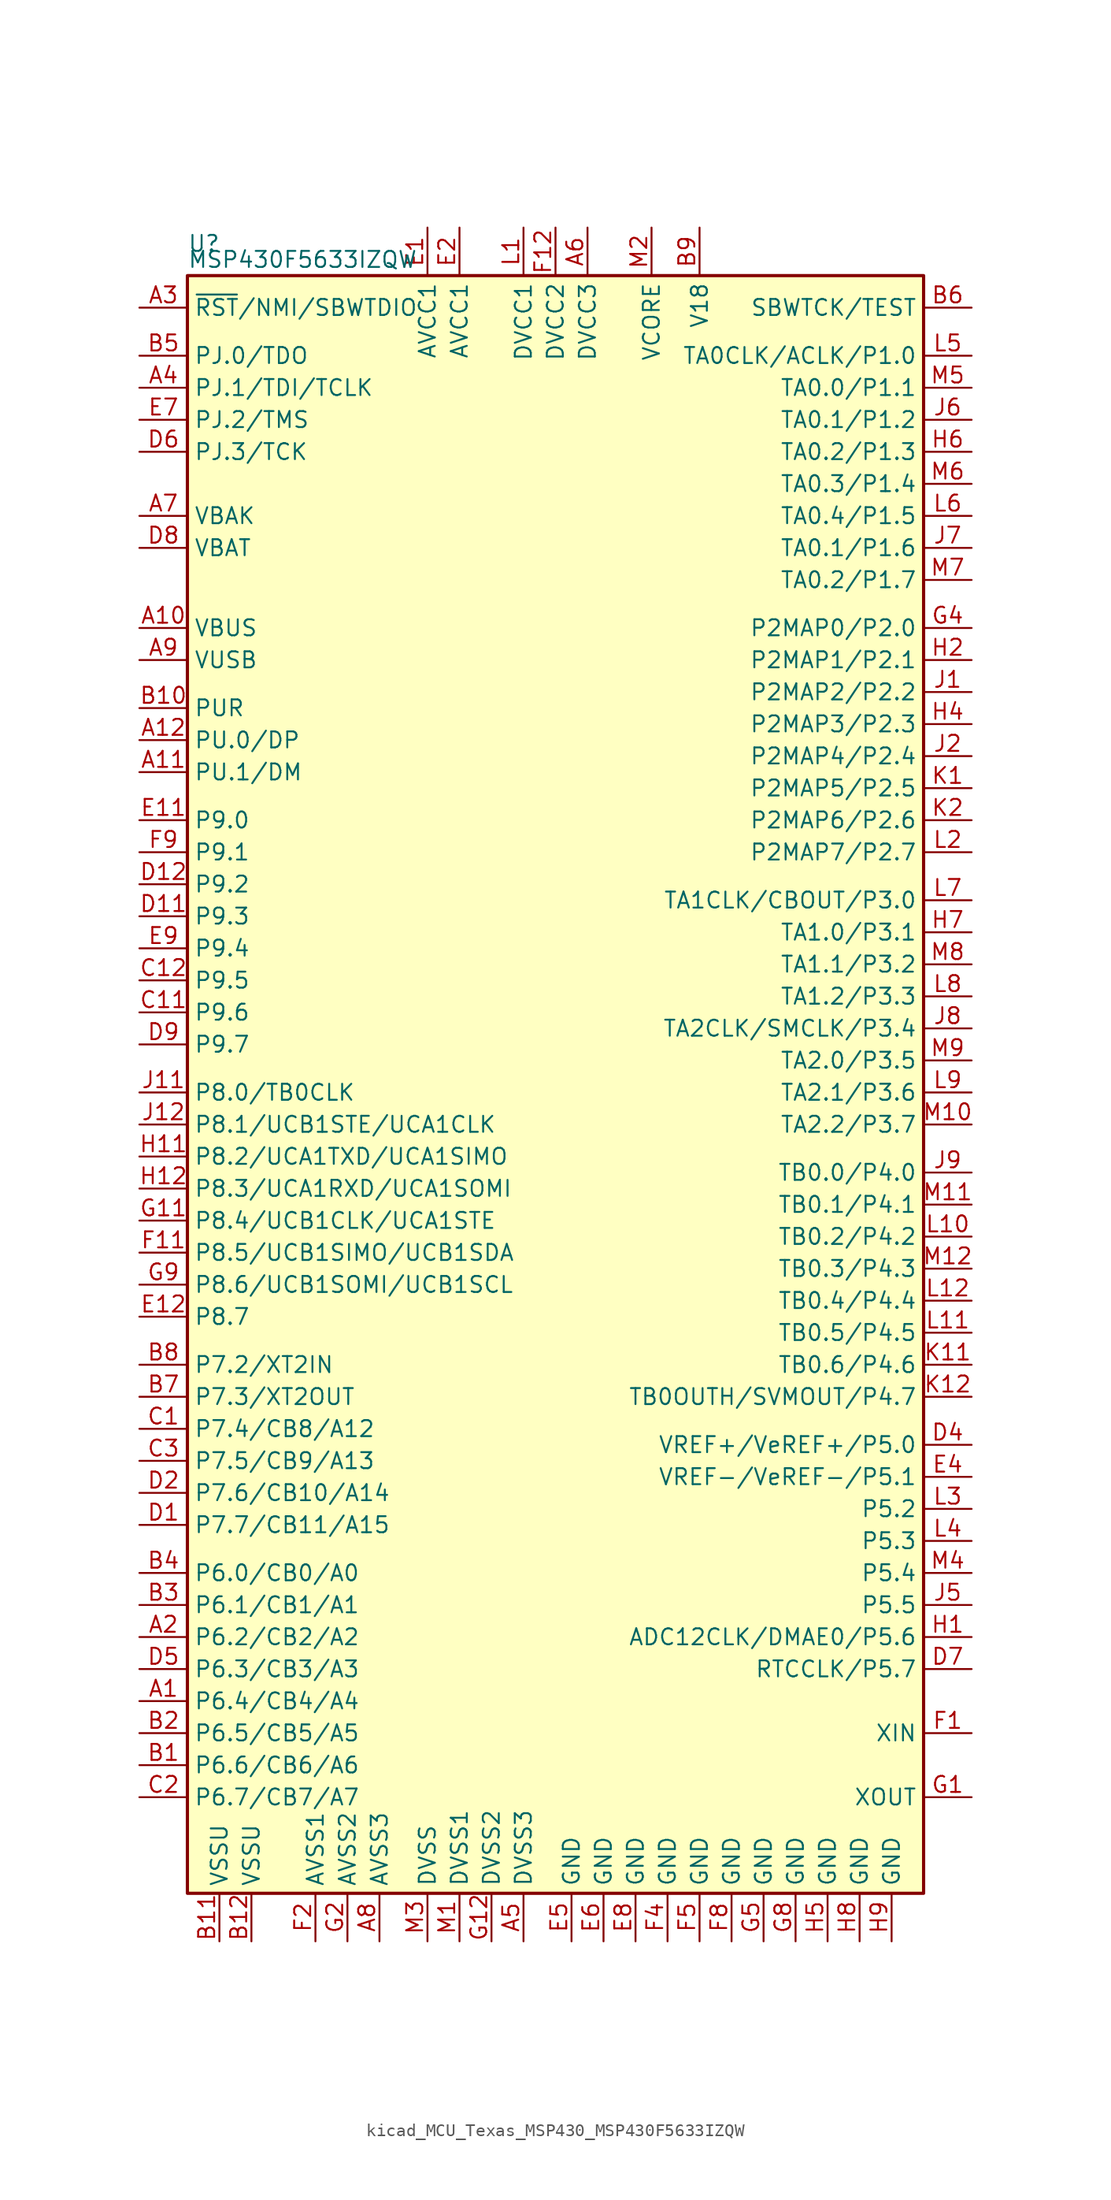
<source format=kicad_sym>
(kicad_symbol_lib
  (version 20220914)
  (generator kicad_symbol_editor)
  (symbol "kicad_MCU_Texas_MSP430_MSP430F5633IZQW"
    (property "Reference" "U"
      (at -29.21 66.04 0)
      (effects (font (size 1.27 1.27)) (justify left)))
    (property "Value" "MSP430F5633IZQW"
      (at -29.21 64.77 0)
      (effects (font (size 1.27 1.27)) (justify left)))
    (symbol "kicad_MCU_Texas_MSP430_MSP430F5633IZQW_0_1"
      (rectangle (start -29.21 63.5) (end 29.21 -64.77) (stroke (width 0.254) (type default)) (fill (type background))))
    (symbol "kicad_MCU_Texas_MSP430_MSP430F5633IZQW_1_1"
      (pin bidirectional line (at -33.02 -49.53 0) (length 3.81) (name "P6.4/CB4/A4" (effects (font (size 1.27 1.27)))) (number "A1" (effects (font (size 1.27 1.27)))))
      (pin bidirectional line (at -33.02 35.56 0) (length 3.81) (name "VBUS" (effects (font (size 1.27 1.27)))) (number "A10" (effects (font (size 1.27 1.27)))))
      (pin bidirectional line (at -33.02 24.13 0) (length 3.81) (name "PU.1/DM" (effects (font (size 1.27 1.27)))) (number "A11" (effects (font (size 1.27 1.27)))))
      (pin bidirectional line (at -33.02 26.67 0) (length 3.81) (name "PU.0/DP" (effects (font (size 1.27 1.27)))) (number "A12" (effects (font (size 1.27 1.27)))))
      (pin bidirectional line (at -33.02 -44.45 0) (length 3.81) (name "P6.2/CB2/A2" (effects (font (size 1.27 1.27)))) (number "A2" (effects (font (size 1.27 1.27)))))
      (pin input line (at -33.02 60.96 0) (length 3.81) (name "~{RST}/NMI/SBWTDIO" (effects (font (size 1.27 1.27)))) (number "A3" (effects (font (size 1.27 1.27)))))
      (pin bidirectional line (at -33.02 54.61 0) (length 3.81) (name "PJ.1/TDI/TCLK" (effects (font (size 1.27 1.27)))) (number "A4" (effects (font (size 1.27 1.27)))))
      (pin power_in line (at -2.54 -68.58 90) (length 3.81) (name "DVSS3" (effects (font (size 1.27 1.27)))) (number "A5" (effects (font (size 1.27 1.27)))))
      (pin power_in line (at 2.54 67.31 270) (length 3.81) (name "DVCC3" (effects (font (size 1.27 1.27)))) (number "A6" (effects (font (size 1.27 1.27)))))
      (pin bidirectional line (at -33.02 44.45 0) (length 3.81) (name "VBAK" (effects (font (size 1.27 1.27)))) (number "A7" (effects (font (size 1.27 1.27)))))
      (pin power_in line (at -13.97 -68.58 90) (length 3.81) (name "AVSS3" (effects (font (size 1.27 1.27)))) (number "A8" (effects (font (size 1.27 1.27)))))
      (pin bidirectional line (at -33.02 33.02 0) (length 3.81) (name "VUSB" (effects (font (size 1.27 1.27)))) (number "A9" (effects (font (size 1.27 1.27)))))
      (pin bidirectional line (at -33.02 -54.61 0) (length 3.81) (name "P6.6/CB6/A6" (effects (font (size 1.27 1.27)))) (number "B1" (effects (font (size 1.27 1.27)))))
      (pin bidirectional line (at -33.02 29.21 0) (length 3.81) (name "PUR" (effects (font (size 1.27 1.27)))) (number "B10" (effects (font (size 1.27 1.27)))))
      (pin power_in line (at -26.67 -68.58 90) (length 3.81) (name "VSSU" (effects (font (size 1.27 1.27)))) (number "B11" (effects (font (size 1.27 1.27)))))
      (pin power_in line (at -24.13 -68.58 90) (length 3.81) (name "VSSU" (effects (font (size 1.27 1.27)))) (number "B12" (effects (font (size 1.27 1.27)))))
      (pin bidirectional line (at -33.02 -52.07 0) (length 3.81) (name "P6.5/CB5/A5" (effects (font (size 1.27 1.27)))) (number "B2" (effects (font (size 1.27 1.27)))))
      (pin bidirectional line (at -33.02 -41.91 0) (length 3.81) (name "P6.1/CB1/A1" (effects (font (size 1.27 1.27)))) (number "B3" (effects (font (size 1.27 1.27)))))
      (pin bidirectional line (at -33.02 -39.37 0) (length 3.81) (name "P6.0/CB0/A0" (effects (font (size 1.27 1.27)))) (number "B4" (effects (font (size 1.27 1.27)))))
      (pin bidirectional line (at -33.02 57.15 0) (length 3.81) (name "PJ.0/TDO" (effects (font (size 1.27 1.27)))) (number "B5" (effects (font (size 1.27 1.27)))))
      (pin input line (at 33.02 60.96 180) (length 3.81) (name "SBWTCK/TEST" (effects (font (size 1.27 1.27)))) (number "B6" (effects (font (size 1.27 1.27)))))
      (pin bidirectional line (at -33.02 -25.4 0) (length 3.81) (name "P7.3/XT2OUT" (effects (font (size 1.27 1.27)))) (number "B7" (effects (font (size 1.27 1.27)))))
      (pin bidirectional line (at -33.02 -22.86 0) (length 3.81) (name "P7.2/XT2IN" (effects (font (size 1.27 1.27)))) (number "B8" (effects (font (size 1.27 1.27)))))
      (pin passive line (at 11.43 67.31 270) (length 3.81) (name "V18" (effects (font (size 1.27 1.27)))) (number "B9" (effects (font (size 1.27 1.27)))))
      (pin bidirectional line (at -33.02 -27.94 0) (length 3.81) (name "P7.4/CB8/A12" (effects (font (size 1.27 1.27)))) (number "C1" (effects (font (size 1.27 1.27)))))
      (pin bidirectional line (at -33.02 5.08 0) (length 3.81) (name "P9.6" (effects (font (size 1.27 1.27)))) (number "C11" (effects (font (size 1.27 1.27)))))
      (pin bidirectional line (at -33.02 7.62 0) (length 3.81) (name "P9.5" (effects (font (size 1.27 1.27)))) (number "C12" (effects (font (size 1.27 1.27)))))
      (pin bidirectional line (at -33.02 -57.15 0) (length 3.81) (name "P6.7/CB7/A7" (effects (font (size 1.27 1.27)))) (number "C2" (effects (font (size 1.27 1.27)))))
      (pin bidirectional line (at -33.02 -30.48 0) (length 3.81) (name "P7.5/CB9/A13" (effects (font (size 1.27 1.27)))) (number "C3" (effects (font (size 1.27 1.27)))))
      (pin bidirectional line (at -33.02 -35.56 0) (length 3.81) (name "P7.7/CB11/A15" (effects (font (size 1.27 1.27)))) (number "D1" (effects (font (size 1.27 1.27)))))
      (pin bidirectional line (at -33.02 12.7 0) (length 3.81) (name "P9.3" (effects (font (size 1.27 1.27)))) (number "D11" (effects (font (size 1.27 1.27)))))
      (pin bidirectional line (at -33.02 15.24 0) (length 3.81) (name "P9.2" (effects (font (size 1.27 1.27)))) (number "D12" (effects (font (size 1.27 1.27)))))
      (pin bidirectional line (at -33.02 -33.02 0) (length 3.81) (name "P7.6/CB10/A14" (effects (font (size 1.27 1.27)))) (number "D2" (effects (font (size 1.27 1.27)))))
      (pin bidirectional line (at 33.02 -29.21 180) (length 3.81) (name "VREF+/VeREF+/P5.0" (effects (font (size 1.27 1.27)))) (number "D4" (effects (font (size 1.27 1.27)))))
      (pin bidirectional line (at -33.02 -46.99 0) (length 3.81) (name "P6.3/CB3/A3" (effects (font (size 1.27 1.27)))) (number "D5" (effects (font (size 1.27 1.27)))))
      (pin bidirectional line (at -33.02 49.53 0) (length 3.81) (name "PJ.3/TCK" (effects (font (size 1.27 1.27)))) (number "D6" (effects (font (size 1.27 1.27)))))
      (pin bidirectional line (at 33.02 -46.99 180) (length 3.81) (name "RTCCLK/P5.7" (effects (font (size 1.27 1.27)))) (number "D7" (effects (font (size 1.27 1.27)))))
      (pin bidirectional line (at -33.02 41.91 0) (length 3.81) (name "VBAT" (effects (font (size 1.27 1.27)))) (number "D8" (effects (font (size 1.27 1.27)))))
      (pin bidirectional line (at -33.02 2.54 0) (length 3.81) (name "P9.7" (effects (font (size 1.27 1.27)))) (number "D9" (effects (font (size 1.27 1.27)))))
      (pin power_in line (at -10.16 67.31 270) (length 3.81) (name "AVCC1" (effects (font (size 1.27 1.27)))) (number "E1" (effects (font (size 1.27 1.27)))))
      (pin bidirectional line (at -33.02 20.32 0) (length 3.81) (name "P9.0" (effects (font (size 1.27 1.27)))) (number "E11" (effects (font (size 1.27 1.27)))))
      (pin bidirectional line (at -33.02 -19.05 0) (length 3.81) (name "P8.7" (effects (font (size 1.27 1.27)))) (number "E12" (effects (font (size 1.27 1.27)))))
      (pin power_in line (at -7.62 67.31 270) (length 3.81) (name "AVCC1" (effects (font (size 1.27 1.27)))) (number "E2" (effects (font (size 1.27 1.27)))))
      (pin bidirectional line (at 33.02 -31.75 180) (length 3.81) (name "VREF-/VeREF-/P5.1" (effects (font (size 1.27 1.27)))) (number "E4" (effects (font (size 1.27 1.27)))))
      (pin power_in line (at 1.27 -68.58 90) (length 3.81) (name "GND" (effects (font (size 1.27 1.27)))) (number "E5" (effects (font (size 1.27 1.27)))))
      (pin power_in line (at 3.81 -68.58 90) (length 3.81) (name "GND" (effects (font (size 1.27 1.27)))) (number "E6" (effects (font (size 1.27 1.27)))))
      (pin bidirectional line (at -33.02 52.07 0) (length 3.81) (name "PJ.2/TMS" (effects (font (size 1.27 1.27)))) (number "E7" (effects (font (size 1.27 1.27)))))
      (pin power_in line (at 6.35 -68.58 90) (length 3.81) (name "GND" (effects (font (size 1.27 1.27)))) (number "E8" (effects (font (size 1.27 1.27)))))
      (pin bidirectional line (at -33.02 10.16 0) (length 3.81) (name "P9.4" (effects (font (size 1.27 1.27)))) (number "E9" (effects (font (size 1.27 1.27)))))
      (pin bidirectional line (at 33.02 -52.07 180) (length 3.81) (name "XIN" (effects (font (size 1.27 1.27)))) (number "F1" (effects (font (size 1.27 1.27)))))
      (pin bidirectional line (at -33.02 -13.97 0) (length 3.81) (name "P8.5/UCB1SIMO/UCB1SDA" (effects (font (size 1.27 1.27)))) (number "F11" (effects (font (size 1.27 1.27)))))
      (pin power_in line (at 0 67.31 270) (length 3.81) (name "DVCC2" (effects (font (size 1.27 1.27)))) (number "F12" (effects (font (size 1.27 1.27)))))
      (pin power_in line (at -19.05 -68.58 90) (length 3.81) (name "AVSS1" (effects (font (size 1.27 1.27)))) (number "F2" (effects (font (size 1.27 1.27)))))
      (pin power_in line (at 8.89 -68.58 90) (length 3.81) (name "GND" (effects (font (size 1.27 1.27)))) (number "F4" (effects (font (size 1.27 1.27)))))
      (pin power_in line (at 11.43 -68.58 90) (length 3.81) (name "GND" (effects (font (size 1.27 1.27)))) (number "F5" (effects (font (size 1.27 1.27)))))
      (pin power_in line (at 13.97 -68.58 90) (length 3.81) (name "GND" (effects (font (size 1.27 1.27)))) (number "F8" (effects (font (size 1.27 1.27)))))
      (pin bidirectional line (at -33.02 17.78 0) (length 3.81) (name "P9.1" (effects (font (size 1.27 1.27)))) (number "F9" (effects (font (size 1.27 1.27)))))
      (pin bidirectional line (at 33.02 -57.15 180) (length 3.81) (name "XOUT" (effects (font (size 1.27 1.27)))) (number "G1" (effects (font (size 1.27 1.27)))))
      (pin bidirectional line (at -33.02 -11.43 0) (length 3.81) (name "P8.4/UCB1CLK/UCA1STE" (effects (font (size 1.27 1.27)))) (number "G11" (effects (font (size 1.27 1.27)))))
      (pin power_in line (at -5.08 -68.58 90) (length 3.81) (name "DVSS2" (effects (font (size 1.27 1.27)))) (number "G12" (effects (font (size 1.27 1.27)))))
      (pin power_in line (at -16.51 -68.58 90) (length 3.81) (name "AVSS2" (effects (font (size 1.27 1.27)))) (number "G2" (effects (font (size 1.27 1.27)))))
      (pin bidirectional line (at 33.02 35.56 180) (length 3.81) (name "P2MAP0/P2.0" (effects (font (size 1.27 1.27)))) (number "G4" (effects (font (size 1.27 1.27)))))
      (pin power_in line (at 16.51 -68.58 90) (length 3.81) (name "GND" (effects (font (size 1.27 1.27)))) (number "G5" (effects (font (size 1.27 1.27)))))
      (pin power_in line (at 19.05 -68.58 90) (length 3.81) (name "GND" (effects (font (size 1.27 1.27)))) (number "G8" (effects (font (size 1.27 1.27)))))
      (pin bidirectional line (at -33.02 -16.51 0) (length 3.81) (name "P8.6/UCB1SOMI/UCB1SCL" (effects (font (size 1.27 1.27)))) (number "G9" (effects (font (size 1.27 1.27)))))
      (pin bidirectional line (at 33.02 -44.45 180) (length 3.81) (name "ADC12CLK/DMAE0/P5.6" (effects (font (size 1.27 1.27)))) (number "H1" (effects (font (size 1.27 1.27)))))
      (pin bidirectional line (at -33.02 -6.35 0) (length 3.81) (name "P8.2/UCA1TXD/UCA1SIMO" (effects (font (size 1.27 1.27)))) (number "H11" (effects (font (size 1.27 1.27)))))
      (pin bidirectional line (at -33.02 -8.89 0) (length 3.81) (name "P8.3/UCA1RXD/UCA1SOMI" (effects (font (size 1.27 1.27)))) (number "H12" (effects (font (size 1.27 1.27)))))
      (pin bidirectional line (at 33.02 33.02 180) (length 3.81) (name "P2MAP1/P2.1" (effects (font (size 1.27 1.27)))) (number "H2" (effects (font (size 1.27 1.27)))))
      (pin bidirectional line (at 33.02 27.94 180) (length 3.81) (name "P2MAP3/P2.3" (effects (font (size 1.27 1.27)))) (number "H4" (effects (font (size 1.27 1.27)))))
      (pin power_in line (at 21.59 -68.58 90) (length 3.81) (name "GND" (effects (font (size 1.27 1.27)))) (number "H5" (effects (font (size 1.27 1.27)))))
      (pin bidirectional line (at 33.02 49.53 180) (length 3.81) (name "TA0.2/P1.3" (effects (font (size 1.27 1.27)))) (number "H6" (effects (font (size 1.27 1.27)))))
      (pin bidirectional line (at 33.02 11.43 180) (length 3.81) (name "TA1.0/P3.1" (effects (font (size 1.27 1.27)))) (number "H7" (effects (font (size 1.27 1.27)))))
      (pin power_in line (at 24.13 -68.58 90) (length 3.81) (name "GND" (effects (font (size 1.27 1.27)))) (number "H8" (effects (font (size 1.27 1.27)))))
      (pin power_in line (at 26.67 -68.58 90) (length 3.81) (name "GND" (effects (font (size 1.27 1.27)))) (number "H9" (effects (font (size 1.27 1.27)))))
      (pin bidirectional line (at 33.02 30.48 180) (length 3.81) (name "P2MAP2/P2.2" (effects (font (size 1.27 1.27)))) (number "J1" (effects (font (size 1.27 1.27)))))
      (pin bidirectional line (at -33.02 -1.27 0) (length 3.81) (name "P8.0/TB0CLK" (effects (font (size 1.27 1.27)))) (number "J11" (effects (font (size 1.27 1.27)))))
      (pin bidirectional line (at -33.02 -3.81 0) (length 3.81) (name "P8.1/UCB1STE/UCA1CLK" (effects (font (size 1.27 1.27)))) (number "J12" (effects (font (size 1.27 1.27)))))
      (pin bidirectional line (at 33.02 25.4 180) (length 3.81) (name "P2MAP4/P2.4" (effects (font (size 1.27 1.27)))) (number "J2" (effects (font (size 1.27 1.27)))))
      (pin bidirectional line (at 33.02 -41.91 180) (length 3.81) (name "P5.5" (effects (font (size 1.27 1.27)))) (number "J5" (effects (font (size 1.27 1.27)))))
      (pin bidirectional line (at 33.02 52.07 180) (length 3.81) (name "TA0.1/P1.2" (effects (font (size 1.27 1.27)))) (number "J6" (effects (font (size 1.27 1.27)))))
      (pin bidirectional line (at 33.02 41.91 180) (length 3.81) (name "TA0.1/P1.6" (effects (font (size 1.27 1.27)))) (number "J7" (effects (font (size 1.27 1.27)))))
      (pin bidirectional line (at 33.02 3.81 180) (length 3.81) (name "TA2CLK/SMCLK/P3.4" (effects (font (size 1.27 1.27)))) (number "J8" (effects (font (size 1.27 1.27)))))
      (pin bidirectional line (at 33.02 -7.62 180) (length 3.81) (name "TB0.0/P4.0" (effects (font (size 1.27 1.27)))) (number "J9" (effects (font (size 1.27 1.27)))))
      (pin bidirectional line (at 33.02 22.86 180) (length 3.81) (name "P2MAP5/P2.5" (effects (font (size 1.27 1.27)))) (number "K1" (effects (font (size 1.27 1.27)))))
      (pin bidirectional line (at 33.02 -22.86 180) (length 3.81) (name "TB0.6/P4.6" (effects (font (size 1.27 1.27)))) (number "K11" (effects (font (size 1.27 1.27)))))
      (pin bidirectional line (at 33.02 -25.4 180) (length 3.81) (name "TB0OUTH/SVMOUT/P4.7" (effects (font (size 1.27 1.27)))) (number "K12" (effects (font (size 1.27 1.27)))))
      (pin bidirectional line (at 33.02 20.32 180) (length 3.81) (name "P2MAP6/P2.6" (effects (font (size 1.27 1.27)))) (number "K2" (effects (font (size 1.27 1.27)))))
      (pin power_in line (at -2.54 67.31 270) (length 3.81) (name "DVCC1" (effects (font (size 1.27 1.27)))) (number "L1" (effects (font (size 1.27 1.27)))))
      (pin bidirectional line (at 33.02 -12.7 180) (length 3.81) (name "TB0.2/P4.2" (effects (font (size 1.27 1.27)))) (number "L10" (effects (font (size 1.27 1.27)))))
      (pin bidirectional line (at 33.02 -20.32 180) (length 3.81) (name "TB0.5/P4.5" (effects (font (size 1.27 1.27)))) (number "L11" (effects (font (size 1.27 1.27)))))
      (pin bidirectional line (at 33.02 -17.78 180) (length 3.81) (name "TB0.4/P4.4" (effects (font (size 1.27 1.27)))) (number "L12" (effects (font (size 1.27 1.27)))))
      (pin bidirectional line (at 33.02 17.78 180) (length 3.81) (name "P2MAP7/P2.7" (effects (font (size 1.27 1.27)))) (number "L2" (effects (font (size 1.27 1.27)))))
      (pin bidirectional line (at 33.02 -34.29 180) (length 3.81) (name "P5.2" (effects (font (size 1.27 1.27)))) (number "L3" (effects (font (size 1.27 1.27)))))
      (pin bidirectional line (at 33.02 -36.83 180) (length 3.81) (name "P5.3" (effects (font (size 1.27 1.27)))) (number "L4" (effects (font (size 1.27 1.27)))))
      (pin bidirectional line (at 33.02 57.15 180) (length 3.81) (name "TA0CLK/ACLK/P1.0" (effects (font (size 1.27 1.27)))) (number "L5" (effects (font (size 1.27 1.27)))))
      (pin bidirectional line (at 33.02 44.45 180) (length 3.81) (name "TA0.4/P1.5" (effects (font (size 1.27 1.27)))) (number "L6" (effects (font (size 1.27 1.27)))))
      (pin bidirectional line (at 33.02 13.97 180) (length 3.81) (name "TA1CLK/CBOUT/P3.0" (effects (font (size 1.27 1.27)))) (number "L7" (effects (font (size 1.27 1.27)))))
      (pin bidirectional line (at 33.02 6.35 180) (length 3.81) (name "TA1.2/P3.3" (effects (font (size 1.27 1.27)))) (number "L8" (effects (font (size 1.27 1.27)))))
      (pin bidirectional line (at 33.02 -1.27 180) (length 3.81) (name "TA2.1/P3.6" (effects (font (size 1.27 1.27)))) (number "L9" (effects (font (size 1.27 1.27)))))
      (pin power_in line (at -7.62 -68.58 90) (length 3.81) (name "DVSS1" (effects (font (size 1.27 1.27)))) (number "M1" (effects (font (size 1.27 1.27)))))
      (pin bidirectional line (at 33.02 -3.81 180) (length 3.81) (name "TA2.2/P3.7" (effects (font (size 1.27 1.27)))) (number "M10" (effects (font (size 1.27 1.27)))))
      (pin bidirectional line (at 33.02 -10.16 180) (length 3.81) (name "TB0.1/P4.1" (effects (font (size 1.27 1.27)))) (number "M11" (effects (font (size 1.27 1.27)))))
      (pin bidirectional line (at 33.02 -15.24 180) (length 3.81) (name "TB0.3/P4.3" (effects (font (size 1.27 1.27)))) (number "M12" (effects (font (size 1.27 1.27)))))
      (pin bidirectional line (at 7.62 67.31 270) (length 3.81) (name "VCORE" (effects (font (size 1.27 1.27)))) (number "M2" (effects (font (size 1.27 1.27)))))
      (pin power_in line (at -10.16 -68.58 90) (length 3.81) (name "DVSS" (effects (font (size 1.27 1.27)))) (number "M3" (effects (font (size 1.27 1.27)))))
      (pin bidirectional line (at 33.02 -39.37 180) (length 3.81) (name "P5.4" (effects (font (size 1.27 1.27)))) (number "M4" (effects (font (size 1.27 1.27)))))
      (pin bidirectional line (at 33.02 54.61 180) (length 3.81) (name "TA0.0/P1.1" (effects (font (size 1.27 1.27)))) (number "M5" (effects (font (size 1.27 1.27)))))
      (pin bidirectional line (at 33.02 46.99 180) (length 3.81) (name "TA0.3/P1.4" (effects (font (size 1.27 1.27)))) (number "M6" (effects (font (size 1.27 1.27)))))
      (pin bidirectional line (at 33.02 39.37 180) (length 3.81) (name "TA0.2/P1.7" (effects (font (size 1.27 1.27)))) (number "M7" (effects (font (size 1.27 1.27)))))
      (pin bidirectional line (at 33.02 8.89 180) (length 3.81) (name "TA1.1/P3.2" (effects (font (size 1.27 1.27)))) (number "M8" (effects (font (size 1.27 1.27)))))
      (pin bidirectional line (at 33.02 1.27 180) (length 3.81) (name "TA2.0/P3.5" (effects (font (size 1.27 1.27)))) (number "M9" (effects (font (size 1.27 1.27))))))))
</source>
